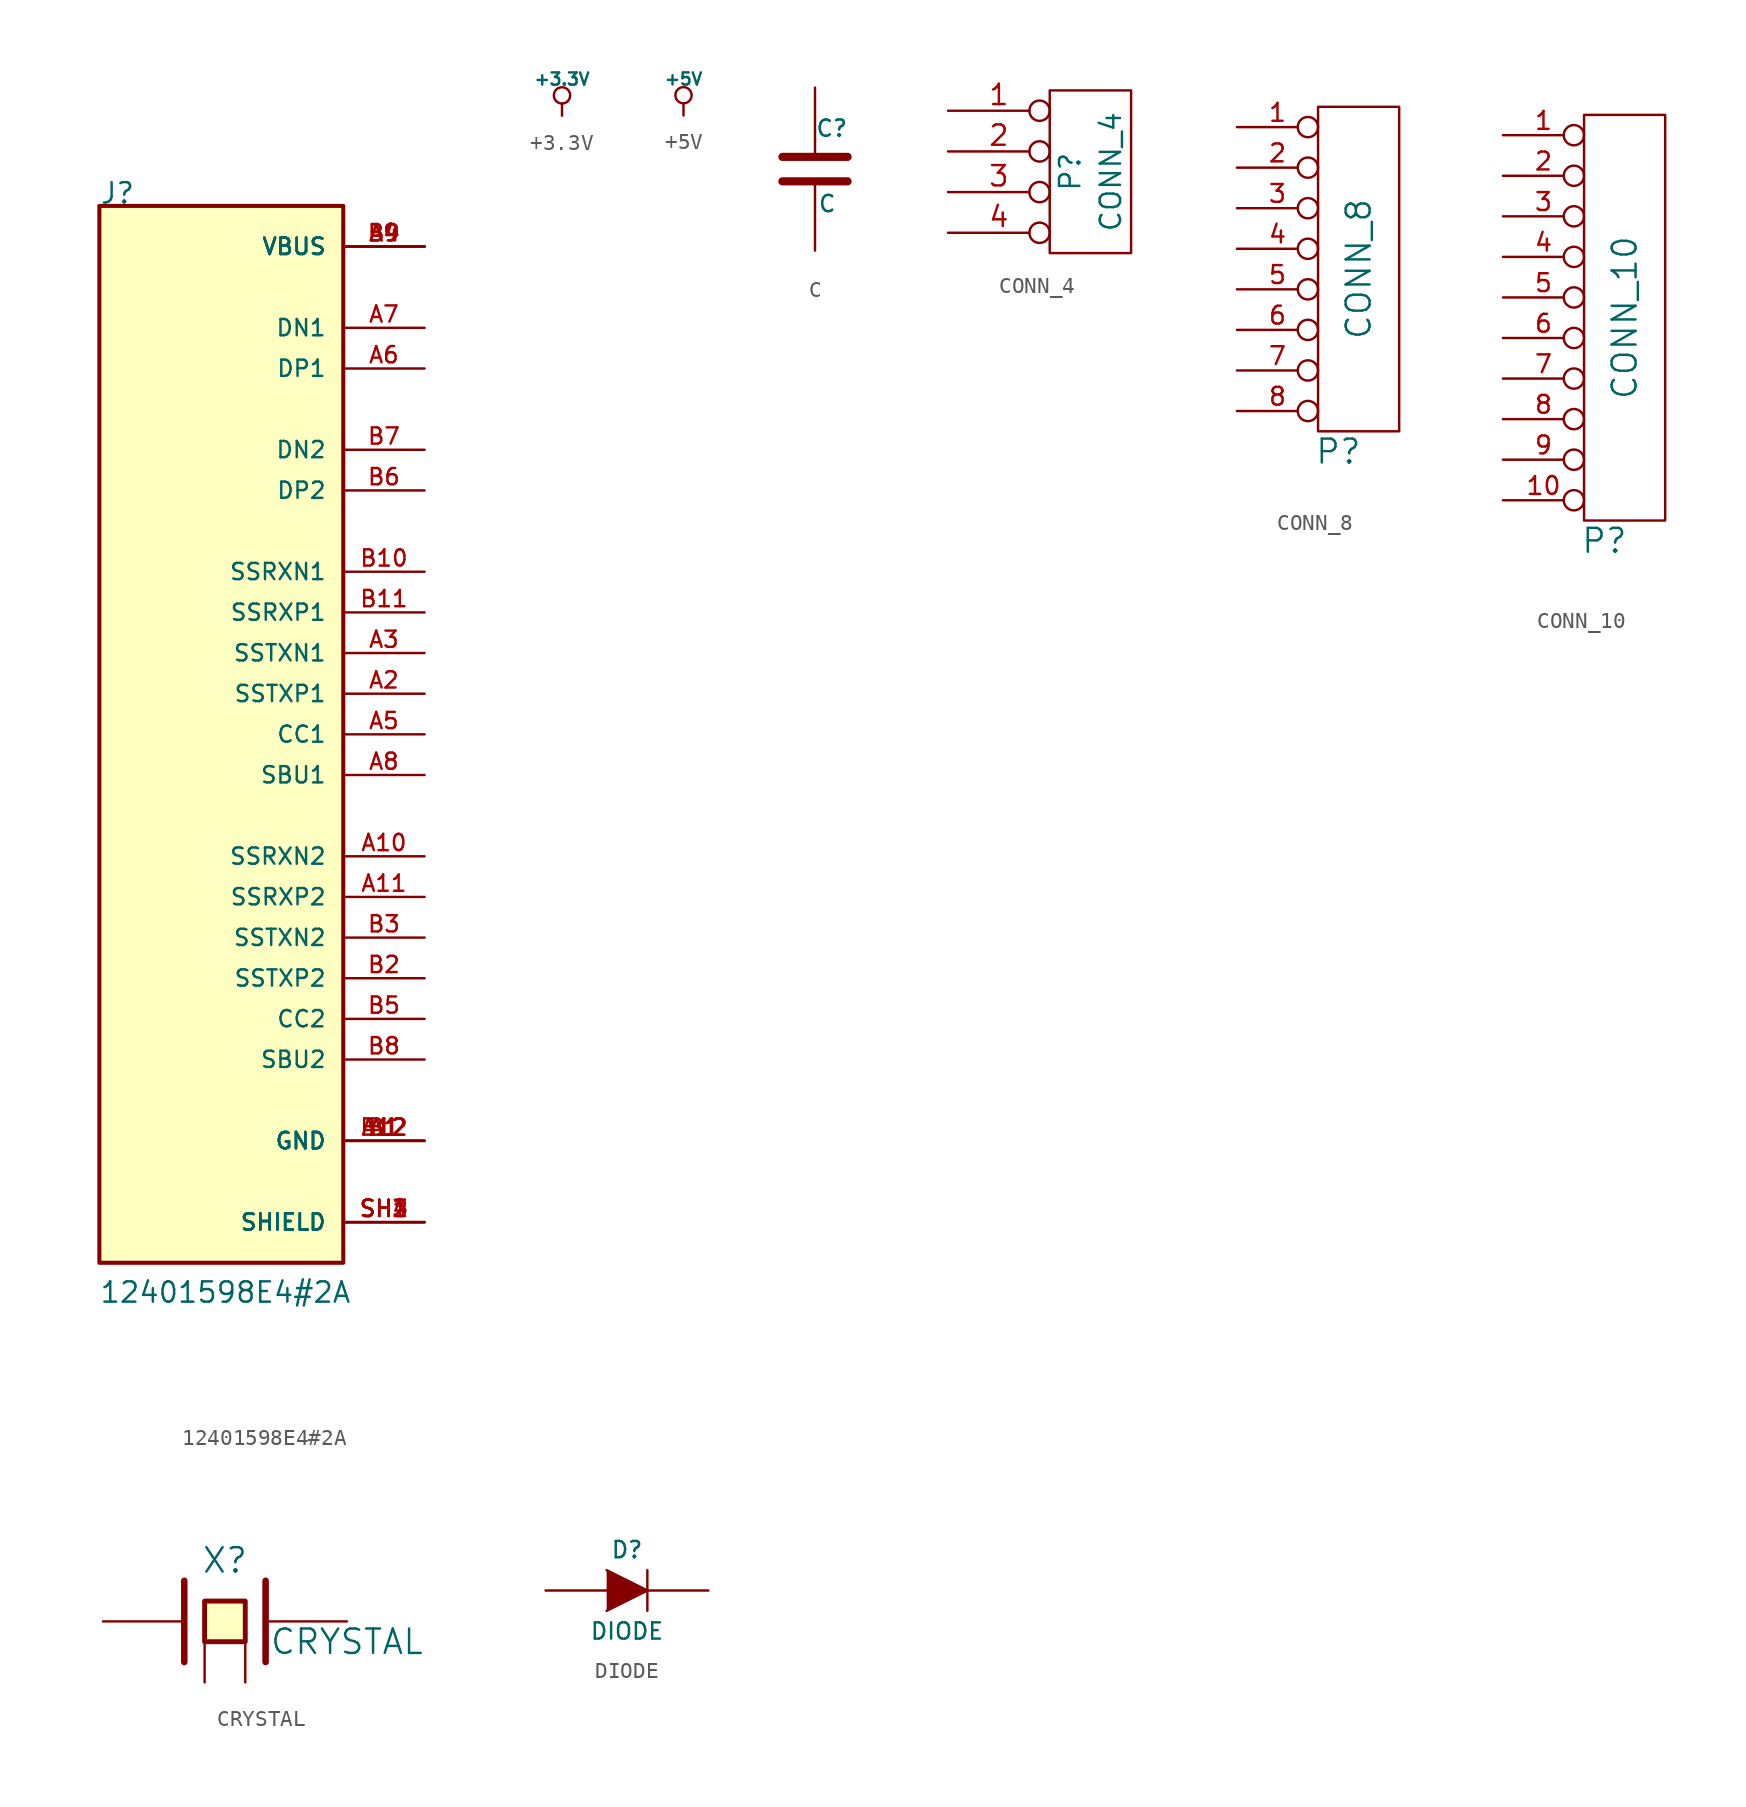
<source format=kicad_sym>
(kicad_symbol_lib
  (version 20201005)
  (generator kicad_symbol_editor)
  (symbol "12401598E4#2A"
    (pin_names
      (offset 1.016))
    (property "Reference" "J"
      (at -7.62 33.071 0)
      (effects (font (size 1.27 1.27)) (justify left bottom)))
    (property "Value" "12401598E4#2A"
      (at -7.645 -35.611 0)
      (effects (font (size 1.27 1.27)) (justify left bottom)))
    (property "ki_locked" ""
      (at 0 0 0)
      (effects (font (size 1.27 1.27))))
    (symbol "12401598E4#2A_0_0"
      (rectangle (start -7.62 -33.02) (end 7.62 33.02) (stroke (width 0.254)) (fill (type background)))
      (pin passive line (at 12.7 -25.4 180) (length 5.08) (name "GND" (effects (font (size 1.016 1.016)))) (number "A1" (effects (font (size 1.016 1.016)))))
      (pin passive line (at 12.7 -7.62 180) (length 5.08) (name "SSRXN2" (effects (font (size 1.016 1.016)))) (number "A10" (effects (font (size 1.016 1.016)))))
      (pin passive line (at 12.7 -10.16 180) (length 5.08) (name "SSRXP2" (effects (font (size 1.016 1.016)))) (number "A11" (effects (font (size 1.016 1.016)))))
      (pin passive line (at 12.7 -25.4 180) (length 5.08) (name "GND" (effects (font (size 1.016 1.016)))) (number "A12" (effects (font (size 1.016 1.016)))))
      (pin passive line (at 12.7 2.54 180) (length 5.08) (name "SSTXP1" (effects (font (size 1.016 1.016)))) (number "A2" (effects (font (size 1.016 1.016)))))
      (pin passive line (at 12.7 5.08 180) (length 5.08) (name "SSTXN1" (effects (font (size 1.016 1.016)))) (number "A3" (effects (font (size 1.016 1.016)))))
      (pin passive line (at 12.7 30.48 180) (length 5.08) (name "VBUS" (effects (font (size 1.016 1.016)))) (number "A4" (effects (font (size 1.016 1.016)))))
      (pin passive line (at 12.7 0 180) (length 5.08) (name "CC1" (effects (font (size 1.016 1.016)))) (number "A5" (effects (font (size 1.016 1.016)))))
      (pin passive line (at 12.7 22.86 180) (length 5.08) (name "DP1" (effects (font (size 1.016 1.016)))) (number "A6" (effects (font (size 1.016 1.016)))))
      (pin passive line (at 12.7 25.4 180) (length 5.08) (name "DN1" (effects (font (size 1.016 1.016)))) (number "A7" (effects (font (size 1.016 1.016)))))
      (pin passive line (at 12.7 -2.54 180) (length 5.08) (name "SBU1" (effects (font (size 1.016 1.016)))) (number "A8" (effects (font (size 1.016 1.016)))))
      (pin passive line (at 12.7 30.48 180) (length 5.08) (name "VBUS" (effects (font (size 1.016 1.016)))) (number "A9" (effects (font (size 1.016 1.016)))))
      (pin passive line (at 12.7 -25.4 180) (length 5.08) (name "GND" (effects (font (size 1.016 1.016)))) (number "B1" (effects (font (size 1.016 1.016)))))
      (pin passive line (at 12.7 10.16 180) (length 5.08) (name "SSRXN1" (effects (font (size 1.016 1.016)))) (number "B10" (effects (font (size 1.016 1.016)))))
      (pin passive line (at 12.7 7.62 180) (length 5.08) (name "SSRXP1" (effects (font (size 1.016 1.016)))) (number "B11" (effects (font (size 1.016 1.016)))))
      (pin passive line (at 12.7 -25.4 180) (length 5.08) (name "GND" (effects (font (size 1.016 1.016)))) (number "B12" (effects (font (size 1.016 1.016)))))
      (pin passive line (at 12.7 -15.24 180) (length 5.08) (name "SSTXP2" (effects (font (size 1.016 1.016)))) (number "B2" (effects (font (size 1.016 1.016)))))
      (pin passive line (at 12.7 -12.7 180) (length 5.08) (name "SSTXN2" (effects (font (size 1.016 1.016)))) (number "B3" (effects (font (size 1.016 1.016)))))
      (pin passive line (at 12.7 30.48 180) (length 5.08) (name "VBUS" (effects (font (size 1.016 1.016)))) (number "B4" (effects (font (size 1.016 1.016)))))
      (pin passive line (at 12.7 -17.78 180) (length 5.08) (name "CC2" (effects (font (size 1.016 1.016)))) (number "B5" (effects (font (size 1.016 1.016)))))
      (pin passive line (at 12.7 15.24 180) (length 5.08) (name "DP2" (effects (font (size 1.016 1.016)))) (number "B6" (effects (font (size 1.016 1.016)))))
      (pin passive line (at 12.7 17.78 180) (length 5.08) (name "DN2" (effects (font (size 1.016 1.016)))) (number "B7" (effects (font (size 1.016 1.016)))))
      (pin passive line (at 12.7 -20.32 180) (length 5.08) (name "SBU2" (effects (font (size 1.016 1.016)))) (number "B8" (effects (font (size 1.016 1.016)))))
      (pin passive line (at 12.7 30.48 180) (length 5.08) (name "VBUS" (effects (font (size 1.016 1.016)))) (number "B9" (effects (font (size 1.016 1.016)))))
      (pin passive line (at 12.7 -30.48 180) (length 5.08) (name "SHIELD" (effects (font (size 1.016 1.016)))) (number "SH1" (effects (font (size 1.016 1.016)))))
      (pin passive line (at 12.7 -30.48 180) (length 5.08) (name "SHIELD" (effects (font (size 1.016 1.016)))) (number "SH2" (effects (font (size 1.016 1.016)))))
      (pin passive line (at 12.7 -30.48 180) (length 5.08) (name "SHIELD" (effects (font (size 1.016 1.016)))) (number "SH3" (effects (font (size 1.016 1.016)))))
      (pin passive line (at 12.7 -30.48 180) (length 5.08) (name "SHIELD" (effects (font (size 1.016 1.016)))) (number "SH4" (effects (font (size 1.016 1.016)))))))
  (symbol "+3.3V"
    (power)
    (pin_names
      (offset 1.016))
    (property "Reference" "#PWR"
      (at 0 2.286 0)
      (effects (font (size 0.508 0.508)) hide))
    (property "Value" "+3.3V"
      (at 0 2.286 0)
      (effects (font (size 0.762 0.762))))
    (property "Footprint" ""
      (at 0 0 0)
      (effects (font (size 1.524 1.524))))
    (property "Datasheet" ""
      (at 0 0 0)
      (effects (font (size 1.524 1.524))))
    (symbol "+3.3V_0_0"
      (pin power_in line (at 0 0 90) (length 0) hide (name "+5V" (effects (font (size 0.508 0.508)))) (number "1" (effects (font (size 0.508 0.508))))))
    (symbol "+3.3V_0_1"
      (circle (center 0 1.27) (radius 0.508) (stroke (width 0)) (fill (type none)))
      (polyline (pts (xy 0 0) (xy 0 0.762) (xy 0 0.762) (xy 0 0.762)) (stroke (width 0)) (fill (type none)))))
  (symbol "+5V"
    (power)
    (pin_names
      (offset 1.016))
    (property "Reference" "#PWR"
      (at 0 2.286 0)
      (effects (font (size 0.508 0.508)) hide))
    (property "Value" "+5V"
      (at 0 2.286 0)
      (effects (font (size 0.762 0.762))))
    (property "Footprint" ""
      (at 0 0 0)
      (effects (font (size 1.524 1.524))))
    (property "Datasheet" ""
      (at 0 0 0)
      (effects (font (size 1.524 1.524))))
    (symbol "+5V_0_0"
      (pin power_in line (at 0 0 90) (length 0) hide (name "+5V" (effects (font (size 0.508 0.508)))) (number "1" (effects (font (size 0.508 0.508))))))
    (symbol "+5V_0_1"
      (circle (center 0 1.27) (radius 0.508) (stroke (width 0)) (fill (type none)))
      (polyline (pts (xy 0 0) (xy 0 0.762) (xy 0 0.762) (xy 0 0.762)) (stroke (width 0)) (fill (type none)))))
  (symbol "C"
    (pin_numbers hide)
    (pin_names
      (offset 0.254))
    (property "Reference" "C"
      (at 0 2.54 0)
      (effects (font (size 1.016 1.016)) (justify left)))
    (property "Value" "C"
      (at 0.152 -2.159 0)
      (effects (font (size 1.016 1.016)) (justify left)))
    (property "Footprint" ""
      (at 0.965 -3.81 0)
      (effects (font (size 0.762 0.762))))
    (property "Datasheet" ""
      (at 0 0 0)
      (effects (font (size 1.524 1.524))))
    (symbol "C_0_1"
      (polyline (pts (xy -2.032 -0.762) (xy 2.032 -0.762)) (stroke (width 0.508)) (fill (type none)))
      (polyline (pts (xy -2.032 0.762) (xy 2.032 0.762)) (stroke (width 0.508)) (fill (type none))))
    (symbol "C_1_1"
      (pin passive line (at 0 5.08 270) (length 4.318) (name "~" (effects (font (size 1.016 1.016)))) (number "1" (effects (font (size 1.016 1.016)))))
      (pin passive line (at 0 -5.08 90) (length 4.318) (name "~" (effects (font (size 1.016 1.016)))) (number "2" (effects (font (size 1.016 1.016)))))))
  (symbol "CONN_4"
    (pin_names
      (offset 1.016) hide)
    (property "Reference" "P"
      (at -1.27 0 90)
      (effects (font (size 1.27 1.27))))
    (property "Value" "CONN_4"
      (at 1.27 0 90)
      (effects (font (size 1.27 1.27))))
    (property "Footprint" ""
      (at 0 0 0)
      (effects (font (size 1.524 1.524))))
    (property "Datasheet" ""
      (at 0 0 0)
      (effects (font (size 1.524 1.524))))
    (symbol "CONN_4_0_1"
      (rectangle (start -2.54 5.08) (end 2.54 -5.08) (stroke (width 0)) (fill (type none))))
    (symbol "CONN_4_1_1"
      (pin passive inverted (at -8.89 3.81 0) (length 6.35) (name "P1" (effects (font (size 1.27 1.27)))) (number "1" (effects (font (size 1.27 1.27)))))
      (pin passive inverted (at -8.89 1.27 0) (length 6.35) (name "P2" (effects (font (size 1.27 1.27)))) (number "2" (effects (font (size 1.27 1.27)))))
      (pin passive inverted (at -8.89 -1.27 0) (length 6.35) (name "P3" (effects (font (size 1.27 1.27)))) (number "3" (effects (font (size 1.27 1.27)))))
      (pin passive inverted (at -8.89 -3.81 0) (length 6.35) (name "P4" (effects (font (size 1.27 1.27)))) (number "4" (effects (font (size 1.27 1.27)))))))
  (symbol "CONN_8"
    (pin_names
      (offset 1.016))
    (property "Reference" "P"
      (at -1.27 -11.43 0)
      (effects (font (size 1.499 1.499))))
    (property "Value" "CONN_8"
      (at 0 0 90)
      (effects (font (size 1.499 1.499))))
    (property "Footprint" ""
      (at 0 0 0)
      (effects (font (size 1.524 1.524))))
    (property "Datasheet" ""
      (at 0 0 0)
      (effects (font (size 1.524 1.524))))
    (symbol "CONN_8_0_1"
      (rectangle (start -2.54 -10.16) (end 2.54 10.16) (stroke (width 0)) (fill (type none))))
    (symbol "CONN_8_1_1"
      (pin passive inverted (at -7.62 8.89 0) (length 5.08) (name "~" (effects (font (size 1.118 1.118)))) (number "1" (effects (font (size 1.118 1.118)))))
      (pin passive inverted (at -7.62 6.35 0) (length 5.08) (name "~" (effects (font (size 1.118 1.118)))) (number "2" (effects (font (size 1.118 1.118)))))
      (pin passive inverted (at -7.62 3.81 0) (length 5.08) (name "~" (effects (font (size 1.118 1.118)))) (number "3" (effects (font (size 1.118 1.118)))))
      (pin passive inverted (at -7.62 1.27 0) (length 5.08) (name "~" (effects (font (size 1.118 1.118)))) (number "4" (effects (font (size 1.118 1.118)))))
      (pin passive inverted (at -7.62 -1.27 0) (length 5.08) (name "~" (effects (font (size 1.118 1.118)))) (number "5" (effects (font (size 1.118 1.118)))))
      (pin passive inverted (at -7.62 -3.81 0) (length 5.08) (name "~" (effects (font (size 1.118 1.118)))) (number "6" (effects (font (size 1.118 1.118)))))
      (pin passive inverted (at -7.62 -6.35 0) (length 5.08) (name "~" (effects (font (size 1.118 1.118)))) (number "7" (effects (font (size 1.118 1.118)))))
      (pin passive inverted (at -7.62 -8.89 0) (length 5.08) (name "~" (effects (font (size 1.118 1.118)))) (number "8" (effects (font (size 1.118 1.118)))))))
  (symbol "CONN_10"
    (pin_names
      (offset 1.016))
    (property "Reference" "P"
      (at -1.27 -13.97 0)
      (effects (font (size 1.499 1.499))))
    (property "Value" "CONN_10"
      (at 0 0 90)
      (effects (font (size 1.499 1.499))))
    (property "Footprint" ""
      (at 0 0 0)
      (effects (font (size 1.524 1.524))))
    (property "Datasheet" ""
      (at 0 0 0)
      (effects (font (size 1.524 1.524))))
    (symbol "CONN_10_0_1"
      (rectangle (start -2.54 -12.7) (end 2.54 12.7) (stroke (width 0)) (fill (type none))))
    (symbol "CONN_10_1_1"
      (pin passive inverted (at -7.62 11.43 0) (length 5.08) (name "~" (effects (font (size 1.118 1.118)))) (number "1" (effects (font (size 1.118 1.118)))))
      (pin passive inverted (at -7.62 -11.43 0) (length 5.08) (name "~" (effects (font (size 1.118 1.118)))) (number "10" (effects (font (size 1.118 1.118)))))
      (pin passive inverted (at -7.62 8.89 0) (length 5.08) (name "~" (effects (font (size 1.118 1.118)))) (number "2" (effects (font (size 1.118 1.118)))))
      (pin passive inverted (at -7.62 6.35 0) (length 5.08) (name "~" (effects (font (size 1.118 1.118)))) (number "3" (effects (font (size 1.118 1.118)))))
      (pin passive inverted (at -7.62 3.81 0) (length 5.08) (name "~" (effects (font (size 1.118 1.118)))) (number "4" (effects (font (size 1.118 1.118)))))
      (pin passive inverted (at -7.62 1.27 0) (length 5.08) (name "~" (effects (font (size 1.118 1.118)))) (number "5" (effects (font (size 1.118 1.118)))))
      (pin passive inverted (at -7.62 -1.27 0) (length 5.08) (name "~" (effects (font (size 1.118 1.118)))) (number "6" (effects (font (size 1.118 1.118)))))
      (pin passive inverted (at -7.62 -3.81 0) (length 5.08) (name "~" (effects (font (size 1.118 1.118)))) (number "7" (effects (font (size 1.118 1.118)))))
      (pin passive inverted (at -7.62 -6.35 0) (length 5.08) (name "~" (effects (font (size 1.118 1.118)))) (number "8" (effects (font (size 1.118 1.118)))))
      (pin passive inverted (at -7.62 -8.89 0) (length 5.08) (name "~" (effects (font (size 1.118 1.118)))) (number "9" (effects (font (size 1.118 1.118)))))))
  (symbol "CRYSTAL"
    (pin_numbers hide)
    (pin_names
      (offset 1.016) hide)
    (property "Reference" "X"
      (at 0 3.81 0)
      (effects (font (size 1.524 1.524))))
    (property "Value" "CRYSTAL"
      (at 7.62 -1.27 0)
      (effects (font (size 1.524 1.524))))
    (property "Footprint" ""
      (at 0 0 0)
      (effects (font (size 1.524 1.524))))
    (property "Datasheet" ""
      (at 0 0 0)
      (effects (font (size 1.524 1.524))))
    (symbol "CRYSTAL_0_1"
      (polyline (pts (xy -2.54 2.54) (xy -2.54 -2.54)) (stroke (width 0.406)) (fill (type none)))
      (polyline (pts (xy 2.54 2.54) (xy 2.54 -2.54)) (stroke (width 0.406)) (fill (type none)))
      (polyline (pts (xy -1.27 1.27) (xy 1.27 1.27) (xy 1.27 -1.27) (xy -1.27 -1.27) (xy -1.27 1.27)) (stroke (width 0.305)) (fill (type background))))
    (symbol "CRYSTAL_1_1"
      (pin passive line (at -7.62 0 0) (length 5.08) (name "1" (effects (font (size 1.016 1.016)))) (number "1" (effects (font (size 1.016 1.016)))))
      (pin input line (at -1.27 -3.81 90) (length 2.997) (name "2" (effects (font (size 1.27 1.27)))) (number "2" (effects (font (size 1.27 1.27)))))
      (pin passive line (at 7.62 0 180) (length 5.08) (name "3" (effects (font (size 1.016 1.016)))) (number "3" (effects (font (size 1.016 1.016)))))
      (pin input line (at 1.27 -3.81 90) (length 2.997) (name "4" (effects (font (size 1.27 1.27)))) (number "4" (effects (font (size 1.27 1.27)))))))
  (symbol "DIODE"
    (pin_numbers hide)
    (pin_names
      (offset 1.016) hide)
    (property "Reference" "D"
      (at 0 2.54 0)
      (effects (font (size 1.016 1.016))))
    (property "Value" "DIODE"
      (at 0 -2.54 0)
      (effects (font (size 1.016 1.016))))
    (property "Footprint" ""
      (at 0 0 0)
      (effects (font (size 1.524 1.524))))
    (property "Datasheet" ""
      (at 0 0 0)
      (effects (font (size 1.524 1.524))))
    (symbol "DIODE_0_1"
      (polyline (pts (xy 1.27 1.27) (xy 1.27 -1.27)) (stroke (width 0.152)) (fill (type none)))
      (polyline (pts (xy -1.27 1.27) (xy 1.27 0) (xy -1.27 -1.27)) (stroke (width 0)) (fill (type outline))))
    (symbol "DIODE_1_1"
      (pin passive line (at -5.08 0 0) (length 3.81) (name "A" (effects (font (size 1.016 1.016)))) (number "1" (effects (font (size 1.016 1.016)))))
      (pin passive line (at 5.08 0 180) (length 3.81) (name "K" (effects (font (size 1.016 1.016)))) (number "2" (effects (font (size 1.016 1.016))))))))
</source>
